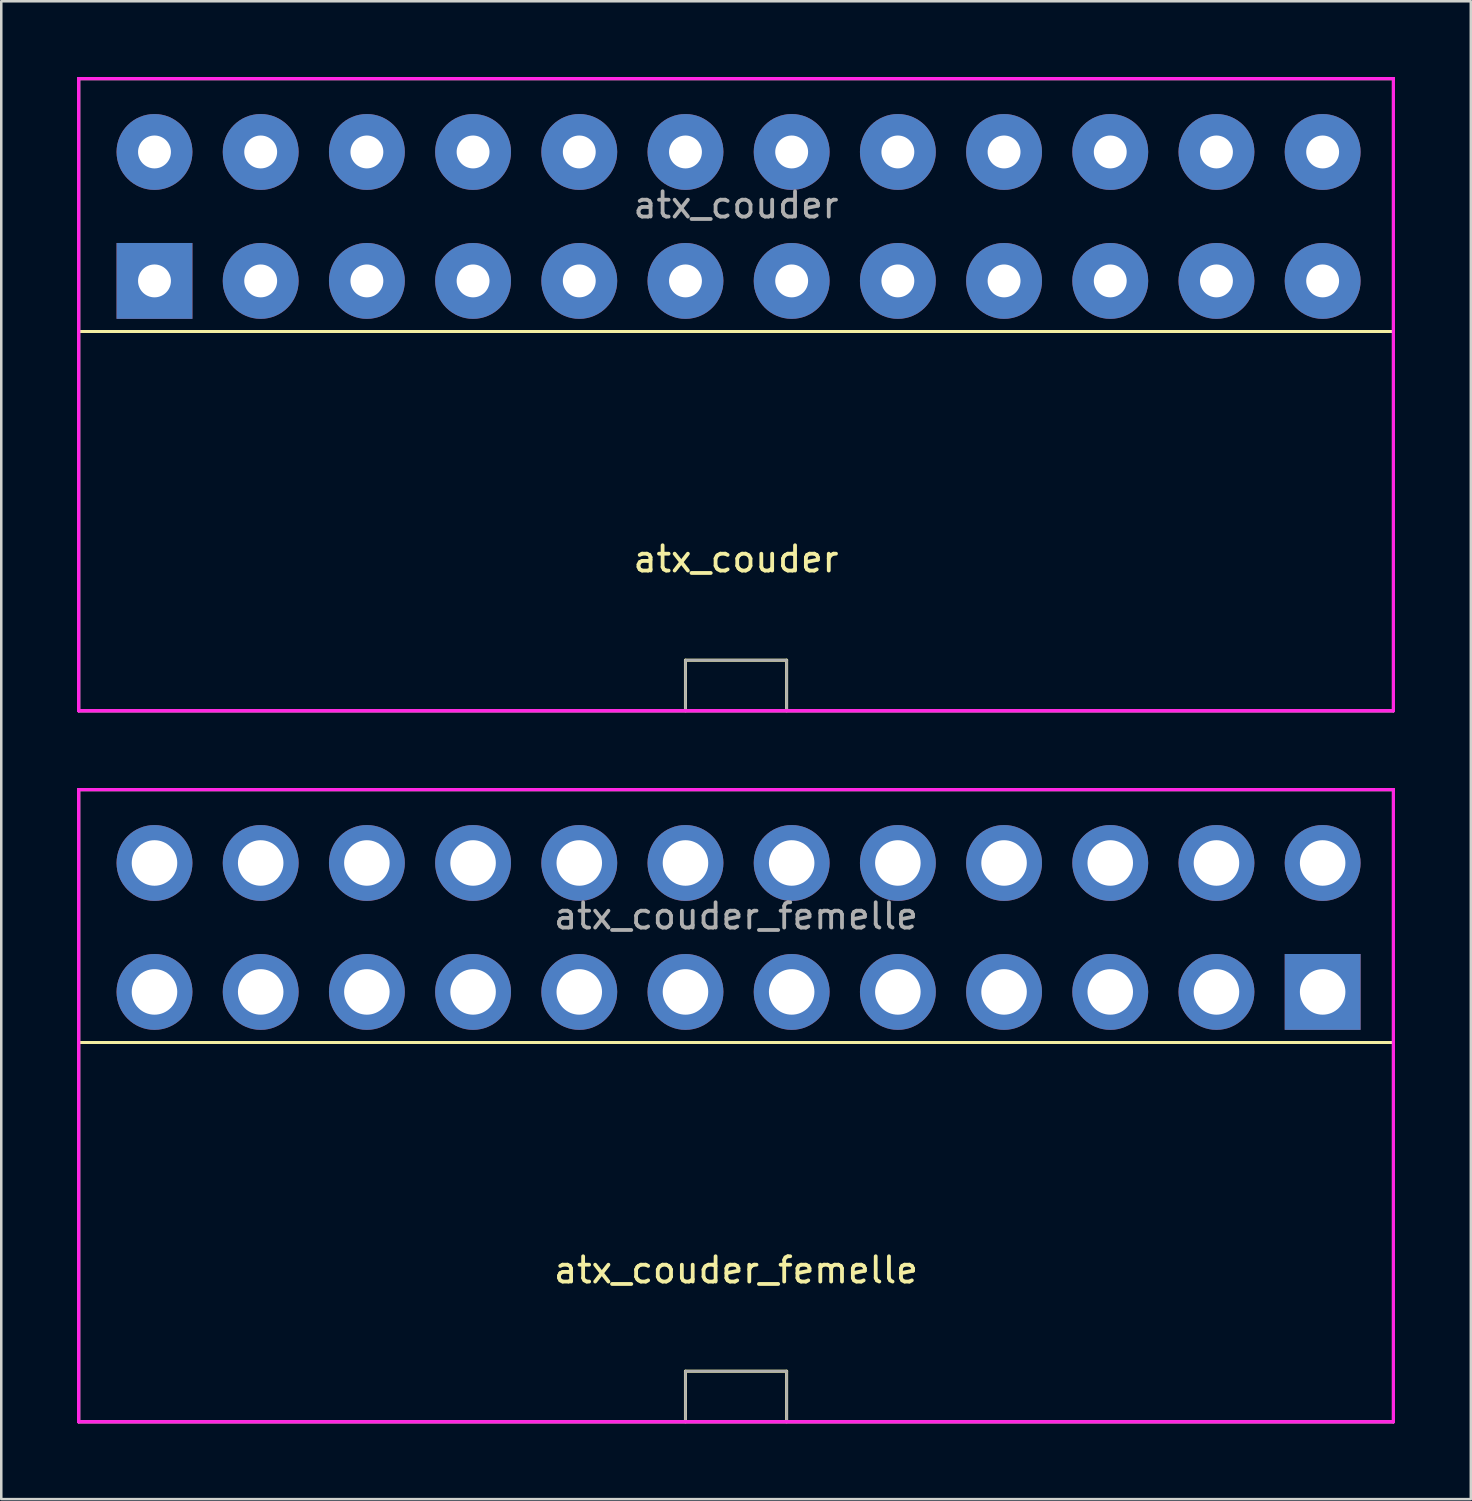
<source format=kicad_pcb>
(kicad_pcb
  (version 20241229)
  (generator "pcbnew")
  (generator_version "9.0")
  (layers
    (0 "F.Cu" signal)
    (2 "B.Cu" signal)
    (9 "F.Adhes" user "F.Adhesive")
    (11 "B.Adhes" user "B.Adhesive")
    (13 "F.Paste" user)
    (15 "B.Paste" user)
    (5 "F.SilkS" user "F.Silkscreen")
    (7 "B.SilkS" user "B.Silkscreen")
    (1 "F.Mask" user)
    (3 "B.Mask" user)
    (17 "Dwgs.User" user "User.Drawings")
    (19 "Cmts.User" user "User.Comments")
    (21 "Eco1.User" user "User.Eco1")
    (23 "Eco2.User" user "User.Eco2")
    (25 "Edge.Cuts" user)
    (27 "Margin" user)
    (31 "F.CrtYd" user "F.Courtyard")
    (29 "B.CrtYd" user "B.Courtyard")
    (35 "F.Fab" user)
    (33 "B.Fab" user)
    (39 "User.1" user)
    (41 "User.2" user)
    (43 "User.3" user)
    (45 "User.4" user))
  (footprint "atx_couder"
    (layer "F.Cu")
    (at 3.06 8.06)
    (property "Reference" "atx_couder" (at 23 11 0) (layer "F.SilkS") (effects (font (size 1 1) (thickness 0.15))))
    (attr through_hole)
    (fp_line (start -3 -8) (end 49 -8) (stroke (width 0.12) (type solid)) (layer "F.SilkS"))
    (fp_line (start -3 2) (end -3 -8) (stroke (width 0.12) (type solid)) (layer "F.SilkS"))
    (fp_line (start -3 2) (end -3 17) (stroke (width 0.12) (type solid)) (layer "F.SilkS"))
    (fp_line (start -3 17) (end 49 17) (stroke (width 0.12) (type solid)) (layer "F.SilkS"))
    (fp_line (start 21 15) (end 25 15) (stroke (width 0.12) (type solid)) (layer "F.SilkS"))
    (fp_line (start 21 17) (end 21 15) (stroke (width 0.12) (type solid)) (layer "F.SilkS"))
    (fp_line (start 25 15) (end 25 17) (stroke (width 0.12) (type solid)) (layer "F.SilkS"))
    (fp_line (start 49 -8) (end 49 2) (stroke (width 0.12) (type solid)) (layer "F.SilkS"))
    (fp_line (start 49 2) (end -3 2) (stroke (width 0.12) (type solid)) (layer "F.SilkS"))
    (fp_line (start 49 17) (end 49 2) (stroke (width 0.12) (type solid)) (layer "F.SilkS"))
    (fp_line (start -3 -8) (end 49 -8) (stroke (width 0.12) (type solid)) (layer "F.CrtYd"))
    (fp_line (start -3 -8) (end 49 -8) (stroke (width 0.12) (type solid)) (layer "F.CrtYd"))
    (fp_line (start -3 17) (end -3 -8) (stroke (width 0.12) (type solid)) (layer "F.CrtYd"))
    (fp_line (start -3 17) (end -3 -8) (stroke (width 0.12) (type solid)) (layer "F.CrtYd"))
    (fp_line (start 49 -8) (end 49 17) (stroke (width 0.12) (type solid)) (layer "F.CrtYd"))
    (fp_line (start 49 -8) (end 49 17) (stroke (width 0.12) (type solid)) (layer "F.CrtYd"))
    (fp_line (start 49 17) (end -3 17) (stroke (width 0.12) (type solid)) (layer "F.CrtYd"))
    (fp_line (start 49 17) (end -3 17) (stroke (width 0.12) (type solid)) (layer "F.CrtYd"))
    (fp_line (start -3 -8) (end 49 -8) (stroke (width 0.12) (type solid)) (layer "F.Fab"))
    (fp_line (start -3 17) (end -3 -8) (stroke (width 0.12) (type solid)) (layer "F.Fab"))
    (fp_line (start 49 -8) (end 49 17) (stroke (width 0.12) (type solid)) (layer "F.Fab"))
    (fp_line (start 49 17) (end -3 17) (stroke (width 0.12) (type solid)) (layer "F.Fab"))
    (fp_poly (pts (xy 21 17) (xy 21 15) (xy 25 15) (xy 25 17)) (stroke (width 0.1) (type solid)) (fill no) (layer "F.Fab"))
    (fp_text user "${REFERENCE}" (at 23 -3 0) (layer "F.Fab") (effects (font (size 1 1) (thickness 0.15))))
    (pad "1" thru_hole rect (at 0 0) (size 3 3) (drill 1.3) (layers "*.Cu" "*.Mask"))
    (pad "2" thru_hole circle (at 4.2 0) (size 3 3) (drill 1.3) (layers "*.Cu" "*.Mask"))
    (pad "3" thru_hole circle (at 8.4 0) (size 3 3) (drill 1.3) (layers "*.Cu" "*.Mask"))
    (pad "4" thru_hole circle (at 12.6 0) (size 3 3) (drill 1.3) (layers "*.Cu" "*.Mask"))
    (pad "5" thru_hole circle (at 16.8 0) (size 3 3) (drill 1.3) (layers "*.Cu" "*.Mask"))
    (pad "6" thru_hole circle (at 21 0) (size 3 3) (drill 1.3) (layers "*.Cu" "*.Mask"))
    (pad "7" thru_hole circle (at 25.2 0) (size 3 3) (drill 1.3) (layers "*.Cu" "*.Mask"))
    (pad "8" thru_hole circle (at 29.4 0) (size 3 3) (drill 1.3) (layers "*.Cu" "*.Mask"))
    (pad "9" thru_hole circle (at 33.6 0) (size 3 3) (drill 1.3) (layers "*.Cu" "*.Mask"))
    (pad "10" thru_hole circle (at 37.8 0) (size 3 3) (drill 1.3) (layers "*.Cu" "*.Mask"))
    (pad "11" thru_hole circle (at 42 0) (size 3 3) (drill 1.3) (layers "*.Cu" "*.Mask"))
    (pad "12" thru_hole circle (at 46.2 0) (size 3 3) (drill 1.3) (layers "*.Cu" "*.Mask"))
    (pad "13" thru_hole circle (at 0 -5.1) (size 3 3) (drill 1.3) (layers "*.Cu" "*.Mask"))
    (pad "14" thru_hole circle (at 4.2 -5.1) (size 3 3) (drill 1.3) (layers "*.Cu" "*.Mask"))
    (pad "15" thru_hole circle (at 8.4 -5.1) (size 3 3) (drill 1.3) (layers "*.Cu" "*.Mask"))
    (pad "16" thru_hole circle (at 12.6 -5.1) (size 3 3) (drill 1.3) (layers "*.Cu" "*.Mask"))
    (pad "17" thru_hole circle (at 16.8 -5.1) (size 3 3) (drill 1.3) (layers "*.Cu" "*.Mask"))
    (pad "18" thru_hole circle (at 21 -5.1) (size 3 3) (drill 1.3) (layers "*.Cu" "*.Mask"))
    (pad "19" thru_hole circle (at 25.2 -5.1) (size 3 3) (drill 1.3) (layers "*.Cu" "*.Mask"))
    (pad "20" thru_hole circle (at 29.4 -5.1) (size 3 3) (drill 1.3) (layers "*.Cu" "*.Mask"))
    (pad "21" thru_hole circle (at 33.6 -5.1) (size 3 3) (drill 1.3) (layers "*.Cu" "*.Mask"))
    (pad "22" thru_hole circle (at 37.8 -5.1) (size 3 3) (drill 1.3) (layers "*.Cu" "*.Mask"))
    (pad "23" thru_hole circle (at 42 -5.1) (size 3 3) (drill 1.3) (layers "*.Cu" "*.Mask"))
    (pad "24" thru_hole circle (at 46.2 -5.1) (size 3 3) (drill 1.3) (layers "*.Cu" "*.Mask")))
  (footprint "atx_couder_femelle"
    (layer "F.Cu")
    (at 3.06 36.18)
    (property "Reference" "atx_couder_femelle" (at 23 11 0) (layer "F.SilkS") (effects (font (size 1 1) (thickness 0.15))))
    (attr through_hole)
    (fp_line (start -3 -8) (end 49 -8) (stroke (width 0.12) (type solid)) (layer "F.SilkS"))
    (fp_line (start -3 2) (end -3 -8) (stroke (width 0.12) (type solid)) (layer "F.SilkS"))
    (fp_line (start -3 2) (end -3 17) (stroke (width 0.12) (type solid)) (layer "F.SilkS"))
    (fp_line (start -3 17) (end 49 17) (stroke (width 0.12) (type solid)) (layer "F.SilkS"))
    (fp_line (start 21 15) (end 25 15) (stroke (width 0.12) (type solid)) (layer "F.SilkS"))
    (fp_line (start 21 17) (end 21 15) (stroke (width 0.12) (type solid)) (layer "F.SilkS"))
    (fp_line (start 25 15) (end 25 17) (stroke (width 0.12) (type solid)) (layer "F.SilkS"))
    (fp_line (start 49 -8) (end 49 2) (stroke (width 0.12) (type solid)) (layer "F.SilkS"))
    (fp_line (start 49 2) (end -3 2) (stroke (width 0.12) (type solid)) (layer "F.SilkS"))
    (fp_line (start 49 17) (end 49 2) (stroke (width 0.12) (type solid)) (layer "F.SilkS"))
    (fp_line (start -3 -8) (end 49 -8) (stroke (width 0.12) (type solid)) (layer "F.CrtYd"))
    (fp_line (start -3 -8) (end 49 -8) (stroke (width 0.12) (type solid)) (layer "F.CrtYd"))
    (fp_line (start -3 17) (end -3 -8) (stroke (width 0.12) (type solid)) (layer "F.CrtYd"))
    (fp_line (start -3 17) (end -3 -8) (stroke (width 0.12) (type solid)) (layer "F.CrtYd"))
    (fp_line (start 49 -8) (end 49 17) (stroke (width 0.12) (type solid)) (layer "F.CrtYd"))
    (fp_line (start 49 -8) (end 49 17) (stroke (width 0.12) (type solid)) (layer "F.CrtYd"))
    (fp_line (start 49 17) (end -3 17) (stroke (width 0.12) (type solid)) (layer "F.CrtYd"))
    (fp_line (start 49 17) (end -3 17) (stroke (width 0.12) (type solid)) (layer "F.CrtYd"))
    (fp_line (start -3 -8) (end 49 -8) (stroke (width 0.12) (type solid)) (layer "F.Fab"))
    (fp_line (start -3 17) (end -3 -8) (stroke (width 0.12) (type solid)) (layer "F.Fab"))
    (fp_line (start 49 -8) (end 49 17) (stroke (width 0.12) (type solid)) (layer "F.Fab"))
    (fp_line (start 49 17) (end -3 17) (stroke (width 0.12) (type solid)) (layer "F.Fab"))
    (fp_poly (pts (xy 21 17) (xy 21 15) (xy 25 15) (xy 25 17)) (stroke (width 0.1) (type solid)) (fill no) (layer "F.Fab"))
    (fp_text user "${REFERENCE}" (at 23 -3 0) (layer "F.Fab") (effects (font (size 1 1) (thickness 0.15))))
    (pad "1" thru_hole rect (at 46.2 0) (size 3 3) (drill 1.8) (layers "*.Cu" "*.Mask"))
    (pad "2" thru_hole circle (at 42 0) (size 3 3) (drill 1.8) (layers "*.Cu" "*.Mask"))
    (pad "3" thru_hole circle (at 37.8 0) (size 3 3) (drill 1.8) (layers "*.Cu" "*.Mask"))
    (pad "4" thru_hole circle (at 33.6 0) (size 3 3) (drill 1.8) (layers "*.Cu" "*.Mask"))
    (pad "5" thru_hole circle (at 29.4 0) (size 3 3) (drill 1.8) (layers "*.Cu" "*.Mask"))
    (pad "6" thru_hole circle (at 25.2 0) (size 3 3) (drill 1.8) (layers "*.Cu" "*.Mask"))
    (pad "7" thru_hole circle (at 21 0) (size 3 3) (drill 1.8) (layers "*.Cu" "*.Mask"))
    (pad "8" thru_hole circle (at 16.8 0) (size 3 3) (drill 1.8) (layers "*.Cu" "*.Mask"))
    (pad "9" thru_hole circle (at 12.6 0) (size 3 3) (drill 1.8) (layers "*.Cu" "*.Mask"))
    (pad "10" thru_hole circle (at 8.4 0) (size 3 3) (drill 1.8) (layers "*.Cu" "*.Mask"))
    (pad "11" thru_hole circle (at 4.2 0) (size 3 3) (drill 1.8) (layers "*.Cu" "*.Mask"))
    (pad "12" thru_hole circle (at 0 0) (size 3 3) (drill 1.8) (layers "*.Cu" "*.Mask"))
    (pad "13" thru_hole circle (at 46.2 -5.1) (size 3 3) (drill 1.8) (layers "*.Cu" "*.Mask"))
    (pad "14" thru_hole circle (at 42 -5.1) (size 3 3) (drill 1.8) (layers "*.Cu" "*.Mask"))
    (pad "15" thru_hole circle (at 37.8 -5.1) (size 3 3) (drill 1.8) (layers "*.Cu" "*.Mask"))
    (pad "16" thru_hole circle (at 33.6 -5.1) (size 3 3) (drill 1.8) (layers "*.Cu" "*.Mask"))
    (pad "17" thru_hole circle (at 29.4 -5.1) (size 3 3) (drill 1.8) (layers "*.Cu" "*.Mask"))
    (pad "18" thru_hole circle (at 25.2 -5.1) (size 3 3) (drill 1.8) (layers "*.Cu" "*.Mask"))
    (pad "19" thru_hole circle (at 21 -5.1) (size 3 3) (drill 1.8) (layers "*.Cu" "*.Mask"))
    (pad "20" thru_hole circle (at 16.8 -5.1) (size 3 3) (drill 1.8) (layers "*.Cu" "*.Mask"))
    (pad "21" thru_hole circle (at 12.6 -5.1) (size 3 3) (drill 1.8) (layers "*.Cu" "*.Mask"))
    (pad "22" thru_hole circle (at 8.4 -5.1) (size 3 3) (drill 1.8) (layers "*.Cu" "*.Mask"))
    (pad "23" thru_hole circle (at 4.2 -5.1) (size 3 3) (drill 1.8) (layers "*.Cu" "*.Mask"))
    (pad "24" thru_hole circle (at 0 -5.1) (size 3 3) (drill 1.8) (layers "*.Cu" "*.Mask")))
  (gr_rect
    (start -3 -3)
    (end 55.12 56.24)
    (stroke (width 0.1) (type default))
    (fill no)
    (layer "Edge.Cuts")))
</source>
